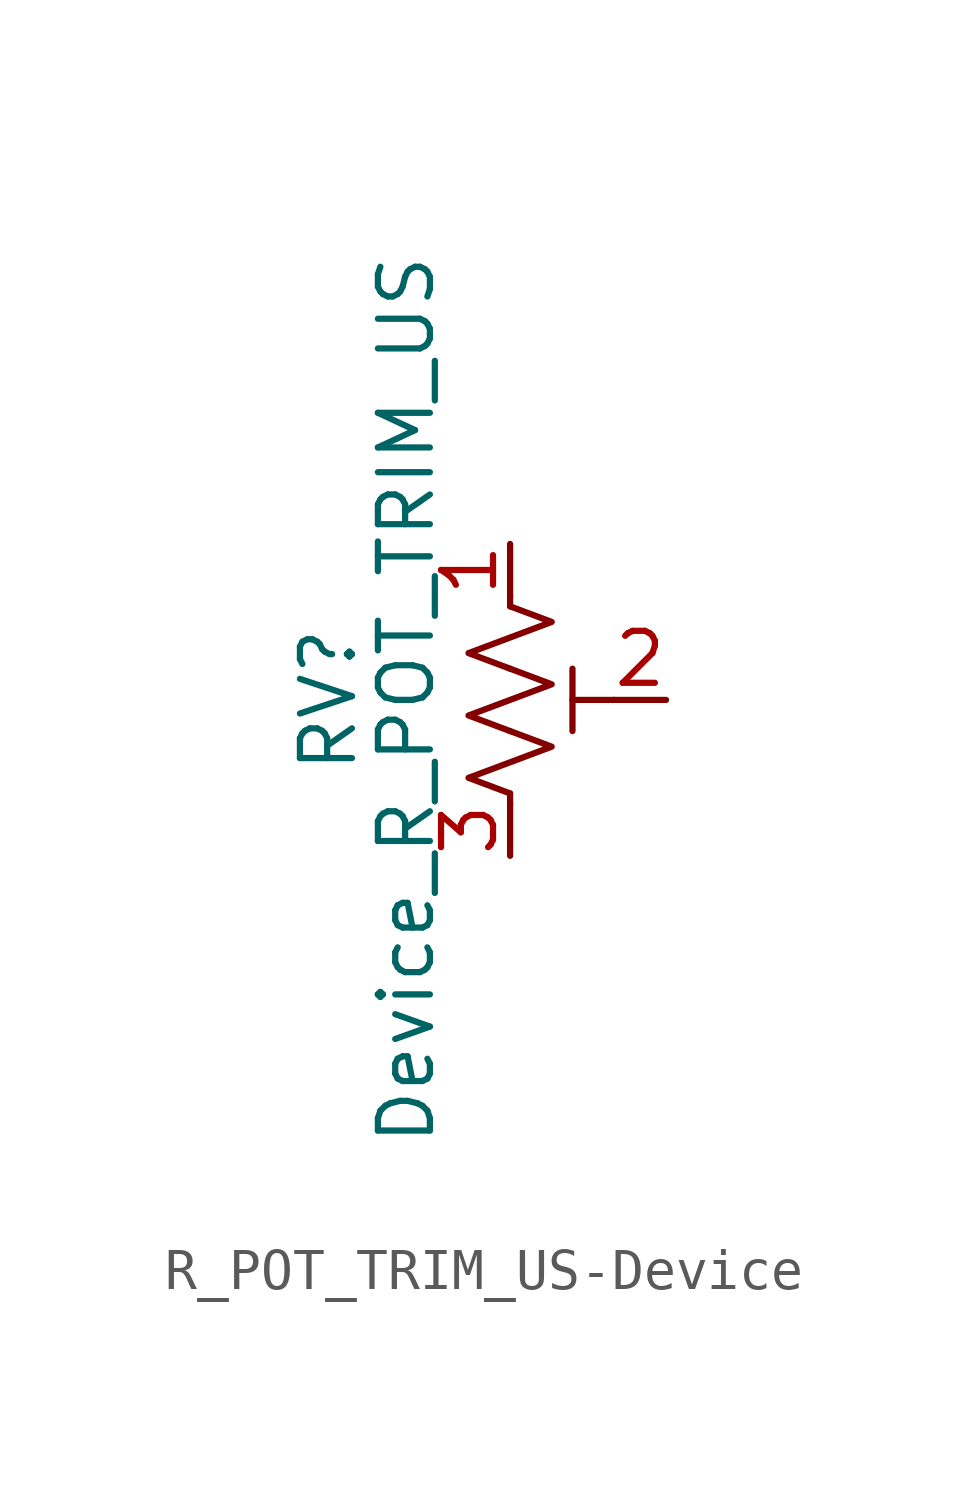
<source format=kicad_sym>
(kicad_symbol_lib
  (version 20231120)
  (generator "kicad_symbol_editor")
  (generator_version "8.0")
  (symbol "R_POT_TRIM_US-Device"
    (pin_names
      (offset 1.016) hide)
    (property "Reference" "RV"
      (at -4.445 0 90)
      (effects (font (size 1.27 1.27))))
    (property "Value" "Device_R_POT_TRIM_US"
      (at -2.54 0 90)
      (effects (font (size 1.27 1.27))))
    (symbol "R_POT_TRIM_US-Device_0_1"
      (polyline (pts (xy 0 -2.286) (xy 0 -2.54)) (stroke (width 0) (type solid)) (fill (type none)))
      (polyline (pts (xy 0 2.286) (xy 0 2.54)) (stroke (width 0) (type solid)) (fill (type none)))
      (polyline (pts (xy 1.524 0.762) (xy 1.524 -0.762)) (stroke (width 0) (type solid)) (fill (type none)))
      (polyline (pts (xy 2.54 0) (xy 1.524 0)) (stroke (width 0) (type solid)) (fill (type none)))
      (polyline (pts (xy 0 -0.762) (xy 1.016 -1.143) (xy 0 -1.524) (xy -1.016 -1.905) (xy 0 -2.286)) (stroke (width 0) (type solid)) (fill (type none)))
      (polyline (pts (xy 0 0.762) (xy 1.016 0.381) (xy 0 0) (xy -1.016 -0.381) (xy 0 -0.762)) (stroke (width 0) (type solid)) (fill (type none)))
      (polyline (pts (xy 0 2.286) (xy 1.016 1.905) (xy 0 1.524) (xy -1.016 1.143) (xy 0 0.762)) (stroke (width 0) (type solid)) (fill (type none))))
    (symbol "R_POT_TRIM_US-Device_1_1"
      (pin passive line (at 0 3.81 270) (length 1.27) (name "1" (effects (font (size 1.27 1.27)))) (number "1" (effects (font (size 1.27 1.27)))))
      (pin passive line (at 3.81 0 180) (length 1.27) (name "2" (effects (font (size 1.27 1.27)))) (number "2" (effects (font (size 1.27 1.27)))))
      (pin passive line (at 0 -3.81 90) (length 1.27) (name "3" (effects (font (size 1.27 1.27)))) (number "3" (effects (font (size 1.27 1.27))))))))
</source>
